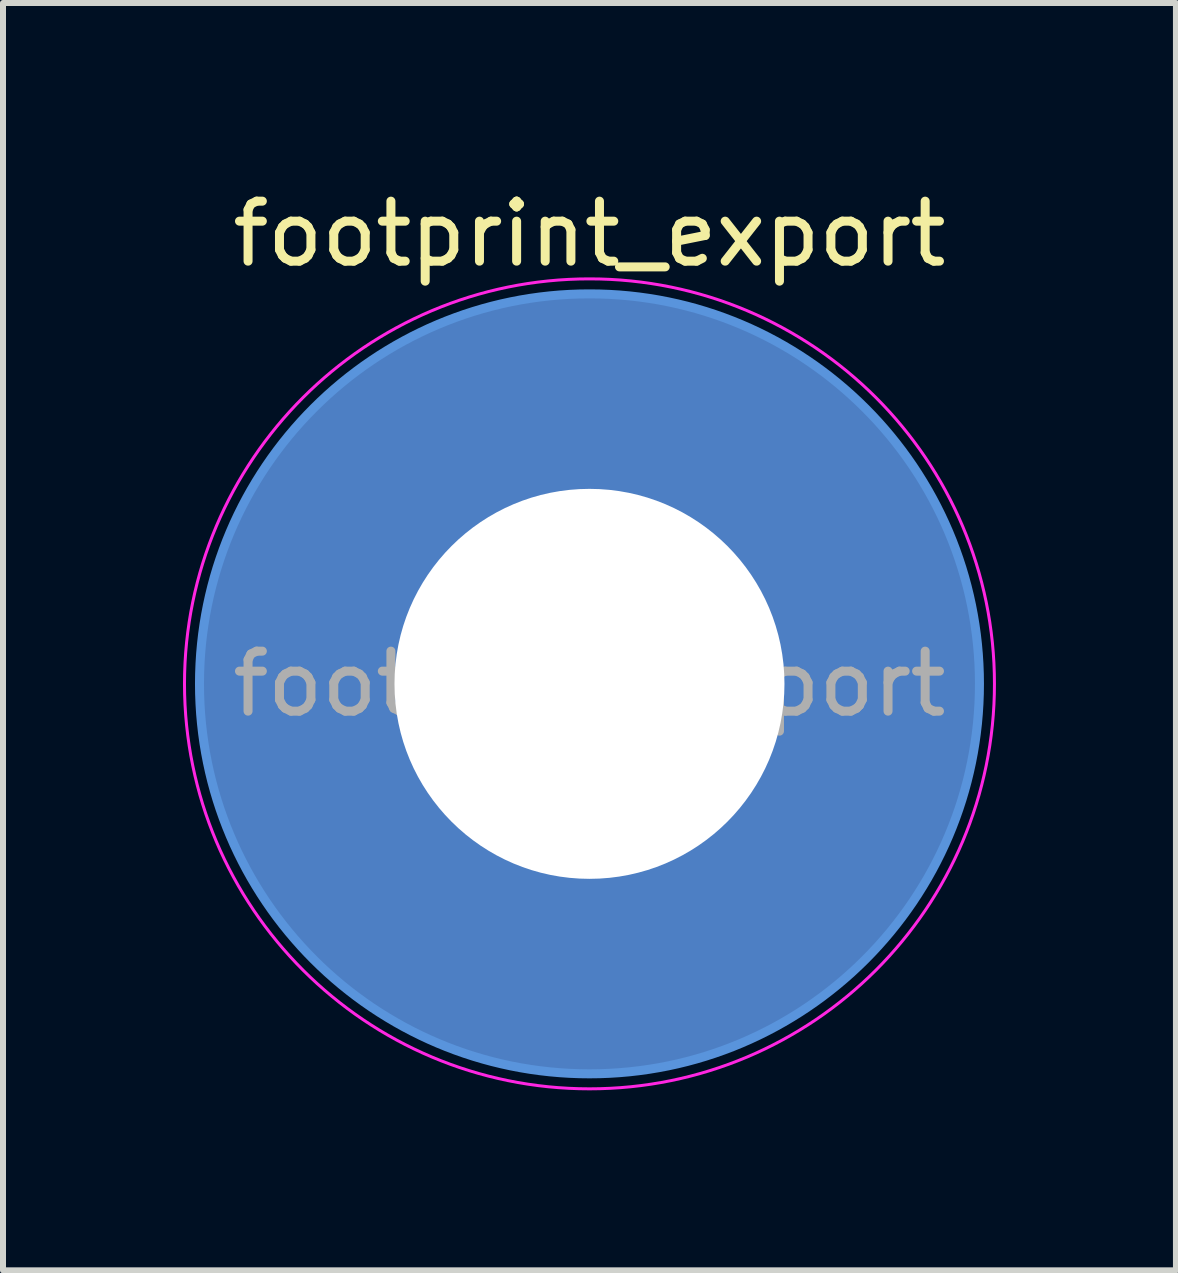
<source format=kicad_pcb>
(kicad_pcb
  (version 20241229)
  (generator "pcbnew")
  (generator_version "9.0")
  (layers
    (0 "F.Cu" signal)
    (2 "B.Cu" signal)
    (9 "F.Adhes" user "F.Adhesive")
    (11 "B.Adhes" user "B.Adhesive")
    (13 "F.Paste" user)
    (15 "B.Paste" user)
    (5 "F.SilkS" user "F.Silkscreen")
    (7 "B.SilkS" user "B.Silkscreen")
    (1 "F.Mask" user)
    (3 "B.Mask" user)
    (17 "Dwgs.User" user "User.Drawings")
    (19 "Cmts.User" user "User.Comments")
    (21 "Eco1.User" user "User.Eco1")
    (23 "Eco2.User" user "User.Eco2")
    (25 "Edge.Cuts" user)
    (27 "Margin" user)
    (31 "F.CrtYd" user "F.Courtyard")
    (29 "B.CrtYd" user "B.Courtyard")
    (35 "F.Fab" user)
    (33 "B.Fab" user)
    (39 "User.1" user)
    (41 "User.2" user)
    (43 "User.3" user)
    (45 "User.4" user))
  (footprint "footprint_export"
    (layer "F.Cu")
    (at 6.775 8.348)
    (property "Reference" "footprint_export" (at 0 -7.5 0) (layer "F.SilkS") (effects (font (size 1 1) (thickness 0.15))))
    (attr exclude_from_pos_files exclude_from_bom)
    (fp_circle (center 0 0) (end 6.5 0) (stroke (width 0.15) (type solid)) (fill no) (layer "Cmts.User"))
    (fp_circle (center 0 0) (end 6.75 0) (stroke (width 0.05) (type solid)) (fill no) (layer "F.CrtYd"))
    (fp_text user "${REFERENCE}" (at 0 0 0) (layer "F.Fab") (effects (font (size 1 1) (thickness 0.15))))
    (pad "1" thru_hole circle (at 0 0) (size 6.9 6.9) (drill 6.5) (layers "*.Cu" "*.Mask"))
    (pad "1" connect circle (at 0 0) (size 13 13) (layers "F.Cu" "F.Mask"))
    (pad "1" connect circle (at 0 0) (size 13 13) (layers "B.Cu" "B.Mask")))
  (gr_rect
    (start -3 -3)
    (end 16.55 18.123)
    (stroke (width 0.1) (type default))
    (fill no)
    (layer "Edge.Cuts")))
</source>
